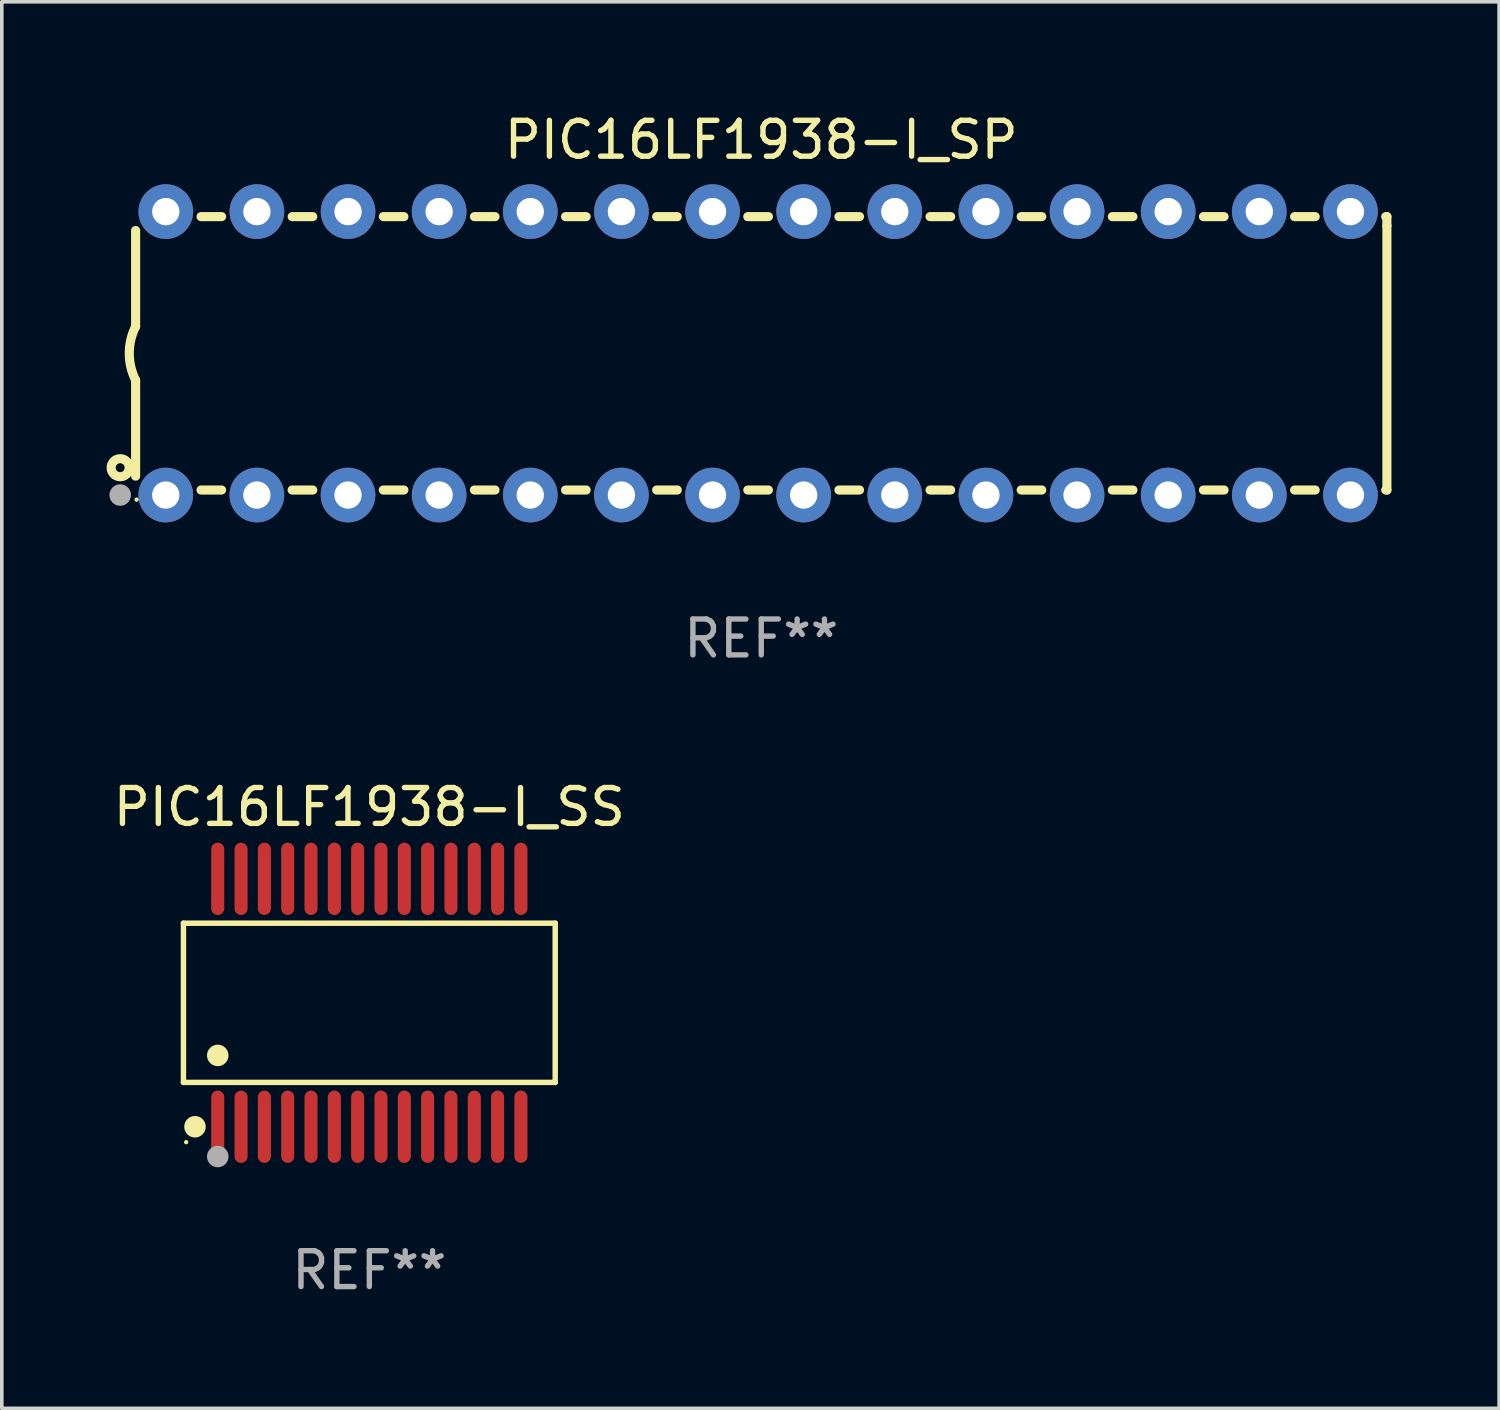
<source format=kicad_pcb>
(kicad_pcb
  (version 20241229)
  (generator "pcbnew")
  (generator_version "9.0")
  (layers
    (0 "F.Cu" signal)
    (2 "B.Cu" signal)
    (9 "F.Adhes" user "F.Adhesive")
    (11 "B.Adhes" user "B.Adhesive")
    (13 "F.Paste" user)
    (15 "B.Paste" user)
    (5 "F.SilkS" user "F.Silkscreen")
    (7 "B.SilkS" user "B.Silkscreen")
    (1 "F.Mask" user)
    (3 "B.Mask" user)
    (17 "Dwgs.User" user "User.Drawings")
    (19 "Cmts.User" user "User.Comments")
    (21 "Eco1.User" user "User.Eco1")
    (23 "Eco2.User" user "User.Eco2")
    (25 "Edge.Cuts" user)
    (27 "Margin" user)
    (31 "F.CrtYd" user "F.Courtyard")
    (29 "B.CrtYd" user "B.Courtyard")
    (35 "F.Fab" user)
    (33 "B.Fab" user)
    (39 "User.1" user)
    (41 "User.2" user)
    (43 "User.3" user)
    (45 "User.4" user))
  (footprint "PIC16LF1938-I_SS"
    (layer "F.Cu")
    (at 7.244 24.9)
    (property "Reference" "PIC16LF1938-I_SS" (at 0 -5.455 0) (layer "F.SilkS") (effects (font (size 1 1) (thickness 0.15))))
    (attr through_hole)
    (fp_line (start -5.181 -2.219) (end 5.181 -2.219) (stroke (width 0.152) (type solid)) (layer "F.SilkS"))
    (fp_line (start -5.181 2.219) (end -5.181 -2.219) (stroke (width 0.152) (type solid)) (layer "F.SilkS"))
    (fp_line (start 5.181 -2.219) (end 5.181 2.219) (stroke (width 0.152) (type solid)) (layer "F.SilkS"))
    (fp_line (start 5.181 2.219) (end -5.181 2.219) (stroke (width 0.152) (type solid)) (layer "F.SilkS"))
    (fp_circle (center -5.105 3.885) (end -5.075 3.885) (stroke (width 0.06) (type solid)) (fill no) (layer "F.SilkS"))
    (fp_circle (center -4.859 3.455) (end -4.709 3.455) (stroke (width 0.3) (type solid)) (fill no) (layer "F.SilkS"))
    (fp_circle (center -4.225 1.467) (end -4.075 1.467) (stroke (width 0.3) (type solid)) (fill no) (layer "F.SilkS"))
    (fp_circle (center -4.225 4.285) (end -4.075 4.285) (stroke (width 0.3) (type solid)) (fill no) (layer "F.Fab"))
    (fp_text user "REF**" (at 0 7.455 0) (layer "F.Fab") (effects (font (size 1 1) (thickness 0.15))))
    (pad "1" smd oval (at -4.225 3.455) (size 0.364 2.015) (layers "F.Cu" "F.Mask" "F.Paste"))
    (pad "2" smd oval (at -3.575 3.455) (size 0.364 2.015) (layers "F.Cu" "F.Mask" "F.Paste"))
    (pad "3" smd oval (at -2.925 3.455) (size 0.364 2.015) (layers "F.Cu" "F.Mask" "F.Paste"))
    (pad "4" smd oval (at -2.275 3.455) (size 0.364 2.015) (layers "F.Cu" "F.Mask" "F.Paste"))
    (pad "5" smd oval (at -1.625 3.455) (size 0.364 2.015) (layers "F.Cu" "F.Mask" "F.Paste"))
    (pad "6" smd oval (at -0.975 3.455) (size 0.364 2.015) (layers "F.Cu" "F.Mask" "F.Paste"))
    (pad "7" smd oval (at -0.325 3.455) (size 0.364 2.015) (layers "F.Cu" "F.Mask" "F.Paste"))
    (pad "8" smd oval (at 0.325 3.455) (size 0.364 2.015) (layers "F.Cu" "F.Mask" "F.Paste"))
    (pad "9" smd oval (at 0.975 3.455) (size 0.364 2.015) (layers "F.Cu" "F.Mask" "F.Paste"))
    (pad "10" smd oval (at 1.625 3.455) (size 0.364 2.015) (layers "F.Cu" "F.Mask" "F.Paste"))
    (pad "11" smd oval (at 2.275 3.455) (size 0.364 2.015) (layers "F.Cu" "F.Mask" "F.Paste"))
    (pad "12" smd oval (at 2.925 3.455) (size 0.364 2.015) (layers "F.Cu" "F.Mask" "F.Paste"))
    (pad "13" smd oval (at 3.575 3.455) (size 0.364 2.015) (layers "F.Cu" "F.Mask" "F.Paste"))
    (pad "14" smd oval (at 4.225 3.455) (size 0.364 2.015) (layers "F.Cu" "F.Mask" "F.Paste"))
    (pad "15" smd oval (at 4.225 -3.455) (size 0.364 2.015) (layers "F.Cu" "F.Mask" "F.Paste"))
    (pad "16" smd oval (at 3.575 -3.455) (size 0.364 2.015) (layers "F.Cu" "F.Mask" "F.Paste"))
    (pad "17" smd oval (at 2.925 -3.455) (size 0.364 2.015) (layers "F.Cu" "F.Mask" "F.Paste"))
    (pad "18" smd oval (at 2.275 -3.455) (size 0.364 2.015) (layers "F.Cu" "F.Mask" "F.Paste"))
    (pad "19" smd oval (at 1.625 -3.455) (size 0.364 2.015) (layers "F.Cu" "F.Mask" "F.Paste"))
    (pad "20" smd oval (at 0.975 -3.455) (size 0.364 2.015) (layers "F.Cu" "F.Mask" "F.Paste"))
    (pad "21" smd oval (at 0.325 -3.455) (size 0.364 2.015) (layers "F.Cu" "F.Mask" "F.Paste"))
    (pad "22" smd oval (at -0.325 -3.455) (size 0.364 2.015) (layers "F.Cu" "F.Mask" "F.Paste"))
    (pad "23" smd oval (at -0.975 -3.455) (size 0.364 2.015) (layers "F.Cu" "F.Mask" "F.Paste"))
    (pad "24" smd oval (at -1.625 -3.455) (size 0.364 2.015) (layers "F.Cu" "F.Mask" "F.Paste"))
    (pad "25" smd oval (at -2.275 -3.455) (size 0.364 2.015) (layers "F.Cu" "F.Mask" "F.Paste"))
    (pad "26" smd oval (at -2.925 -3.455) (size 0.364 2.015) (layers "F.Cu" "F.Mask" "F.Paste"))
    (pad "27" smd oval (at -3.575 -3.455) (size 0.364 2.015) (layers "F.Cu" "F.Mask" "F.Paste"))
    (pad "28" smd oval (at -4.225 -3.455) (size 0.364 2.015) (layers "F.Cu" "F.Mask" "F.Paste")))
  (footprint "PIC16LF1938-I_SP"
    (layer "F.Cu")
    (at 18.168 6.798)
    (property "Reference" "PIC16LF1938-I_SP" (at 0 -5.95 0) (layer "F.SilkS") (effects (font (size 1 1) (thickness 0.15))))
    (attr through_hole)
    (fp_line (start -17.438 0.75) (end -17.438 3.423) (stroke (width 0.254) (type solid)) (layer "F.SilkS"))
    (fp_line (start -17.438 -3.423) (end -17.438 -0.75) (stroke (width 0.254) (type solid)) (layer "F.SilkS"))
    (fp_line (start -15.615 3.81) (end -15.041 3.81) (stroke (width 0.254) (type solid)) (layer "F.SilkS"))
    (fp_line (start -15.041 -3.81) (end -15.614 -3.81) (stroke (width 0.254) (type solid)) (layer "F.SilkS"))
    (fp_line (start -13.075 3.81) (end -12.501 3.81) (stroke (width 0.254) (type solid)) (layer "F.SilkS"))
    (fp_line (start -12.501 -3.81) (end -13.074 -3.81) (stroke (width 0.254) (type solid)) (layer "F.SilkS"))
    (fp_line (start -10.535 3.81) (end -9.961 3.81) (stroke (width 0.254) (type solid)) (layer "F.SilkS"))
    (fp_line (start -9.961 -3.81) (end -10.534 -3.81) (stroke (width 0.254) (type solid)) (layer "F.SilkS"))
    (fp_line (start -7.995 3.81) (end -7.421 3.81) (stroke (width 0.254) (type solid)) (layer "F.SilkS"))
    (fp_line (start -7.421 -3.81) (end -7.995 -3.81) (stroke (width 0.254) (type solid)) (layer "F.SilkS"))
    (fp_line (start -5.455 3.81) (end -4.881 3.81) (stroke (width 0.254) (type solid)) (layer "F.SilkS"))
    (fp_line (start -4.881 -3.81) (end -5.455 -3.81) (stroke (width 0.254) (type solid)) (layer "F.SilkS"))
    (fp_line (start -2.915 3.81) (end -2.341 3.81) (stroke (width 0.254) (type solid)) (layer "F.SilkS"))
    (fp_line (start -2.341 -3.81) (end -2.915 -3.81) (stroke (width 0.254) (type solid)) (layer "F.SilkS"))
    (fp_line (start -0.375 3.81) (end 0.199 3.81) (stroke (width 0.254) (type solid)) (layer "F.SilkS"))
    (fp_line (start 0.199 -3.81) (end -0.375 -3.81) (stroke (width 0.254) (type solid)) (layer "F.SilkS"))
    (fp_line (start 2.165 3.81) (end 2.739 3.81) (stroke (width 0.254) (type solid)) (layer "F.SilkS"))
    (fp_line (start 2.739 -3.81) (end 2.165 -3.81) (stroke (width 0.254) (type solid)) (layer "F.SilkS"))
    (fp_line (start 4.705 3.81) (end 5.279 3.81) (stroke (width 0.254) (type solid)) (layer "F.SilkS"))
    (fp_line (start 5.279 -3.81) (end 4.705 -3.81) (stroke (width 0.254) (type solid)) (layer "F.SilkS"))
    (fp_line (start 7.245 3.81) (end 7.819 3.81) (stroke (width 0.254) (type solid)) (layer "F.SilkS"))
    (fp_line (start 7.819 -3.81) (end 7.245 -3.81) (stroke (width 0.254) (type solid)) (layer "F.SilkS"))
    (fp_line (start 9.785 3.81) (end 10.359 3.81) (stroke (width 0.254) (type solid)) (layer "F.SilkS"))
    (fp_line (start 10.359 -3.81) (end 9.785 -3.81) (stroke (width 0.254) (type solid)) (layer "F.SilkS"))
    (fp_line (start 12.325 3.81) (end 12.899 3.81) (stroke (width 0.254) (type solid)) (layer "F.SilkS"))
    (fp_line (start 12.899 -3.81) (end 12.325 -3.81) (stroke (width 0.254) (type solid)) (layer "F.SilkS"))
    (fp_line (start 14.865 3.81) (end 15.439 3.81) (stroke (width 0.254) (type solid)) (layer "F.SilkS"))
    (fp_line (start 15.439 -3.81) (end 14.865 -3.81) (stroke (width 0.254) (type solid)) (layer "F.SilkS"))
    (fp_line (start 17.405 3.81) (end 17.438 3.81) (stroke (width 0.254) (type solid)) (layer "F.SilkS"))
    (fp_line (start 17.438 -3.81) (end 17.405 -3.81) (stroke (width 0.254) (type solid)) (layer "F.SilkS"))
    (fp_line (start 17.438 -3.556) (end 17.438 -3.81) (stroke (width 0.254) (type solid)) (layer "F.SilkS"))
    (fp_line (start 17.438 3.81) (end 17.438 -3.556) (stroke (width 0.254) (type solid)) (layer "F.SilkS"))
    (fp_arc (start -17.437986 0.749657) (mid -17.614887 -0.000024) (end -17.437783 -0.749657) (stroke (width 0.254001) (type solid)) (layer "F.SilkS"))
    (fp_circle (center -17.868 3.188) (end -17.743 3.188) (stroke (width 0.254) (type solid)) (fill no) (layer "F.SilkS"))
    (fp_circle (center -17.411 4.077) (end -17.381 4.077) (stroke (width 0.06) (type solid)) (fill no) (layer "F.SilkS"))
    (fp_circle (center -17.868 3.95) (end -17.718 3.95) (stroke (width 0.3) (type solid)) (fill no) (layer "F.Fab"))
    (fp_text user "REF**" (at 0 7.95 0) (layer "F.Fab") (effects (font (size 1 1) (thickness 0.15))))
    (pad "1" thru_hole circle (at -16.598 3.95) (size 1.524 1.524) (drill 0.762) (layers "*.Cu" "*.Mask"))
    (pad "2" thru_hole circle (at -14.058 3.95) (size 1.524 1.524) (drill 0.762) (layers "*.Cu" "*.Mask"))
    (pad "3" thru_hole circle (at -11.518 3.95) (size 1.524 1.524) (drill 0.762) (layers "*.Cu" "*.Mask"))
    (pad "4" thru_hole circle (at -8.978 3.95) (size 1.524 1.524) (drill 0.762) (layers "*.Cu" "*.Mask"))
    (pad "5" thru_hole circle (at -6.438 3.95) (size 1.524 1.524) (drill 0.762) (layers "*.Cu" "*.Mask"))
    (pad "6" thru_hole circle (at -3.898 3.95) (size 1.524 1.524) (drill 0.762) (layers "*.Cu" "*.Mask"))
    (pad "7" thru_hole circle (at -1.358 3.95) (size 1.524 1.524) (drill 0.762) (layers "*.Cu" "*.Mask"))
    (pad "8" thru_hole circle (at 1.182 3.95) (size 1.524 1.524) (drill 0.762) (layers "*.Cu" "*.Mask"))
    (pad "9" thru_hole circle (at 3.722 3.95) (size 1.524 1.524) (drill 0.762) (layers "*.Cu" "*.Mask"))
    (pad "10" thru_hole circle (at 6.262 3.95) (size 1.524 1.524) (drill 0.762) (layers "*.Cu" "*.Mask"))
    (pad "11" thru_hole circle (at 8.802 3.95) (size 1.524 1.524) (drill 0.762) (layers "*.Cu" "*.Mask"))
    (pad "12" thru_hole circle (at 11.342 3.95) (size 1.524 1.524) (drill 0.762) (layers "*.Cu" "*.Mask"))
    (pad "13" thru_hole circle (at 13.882 3.95) (size 1.524 1.524) (drill 0.762) (layers "*.Cu" "*.Mask"))
    (pad "14" thru_hole circle (at 16.422 3.95) (size 1.524 1.524) (drill 0.762) (layers "*.Cu" "*.Mask"))
    (pad "15" thru_hole circle (at 16.422 -3.95) (size 1.524 1.524) (drill 0.762) (layers "*.Cu" "*.Mask"))
    (pad "16" thru_hole circle (at 13.882 -3.95) (size 1.524 1.524) (drill 0.762) (layers "*.Cu" "*.Mask"))
    (pad "17" thru_hole circle (at 11.342 -3.95) (size 1.524 1.524) (drill 0.762) (layers "*.Cu" "*.Mask"))
    (pad "18" thru_hole circle (at 8.802 -3.95) (size 1.524 1.524) (drill 0.762) (layers "*.Cu" "*.Mask"))
    (pad "19" thru_hole circle (at 6.262 -3.95) (size 1.524 1.524) (drill 0.762) (layers "*.Cu" "*.Mask"))
    (pad "20" thru_hole circle (at 3.722 -3.95) (size 1.524 1.524) (drill 0.762) (layers "*.Cu" "*.Mask"))
    (pad "21" thru_hole circle (at 1.182 -3.95) (size 1.524 1.524) (drill 0.762) (layers "*.Cu" "*.Mask"))
    (pad "22" thru_hole circle (at -1.358 -3.95) (size 1.524 1.524) (drill 0.762) (layers "*.Cu" "*.Mask"))
    (pad "23" thru_hole circle (at -3.898 -3.95) (size 1.524 1.524) (drill 0.762) (layers "*.Cu" "*.Mask"))
    (pad "24" thru_hole circle (at -6.438 -3.95) (size 1.524 1.524) (drill 0.762) (layers "*.Cu" "*.Mask"))
    (pad "25" thru_hole circle (at -8.978 -3.95) (size 1.524 1.524) (drill 0.762) (layers "*.Cu" "*.Mask"))
    (pad "26" thru_hole circle (at -11.517 -3.95) (size 1.524 1.524) (drill 0.762) (layers "*.Cu" "*.Mask"))
    (pad "27" thru_hole circle (at -14.057 -3.95) (size 1.524 1.524) (drill 0.762) (layers "*.Cu" "*.Mask"))
    (pad "28" thru_hole circle (at -16.597 -3.95) (size 1.524 1.524) (drill 0.762) (layers "*.Cu" "*.Mask")))
  (gr_rect
    (start -3 -3)
    (end 38.733 36.203)
    (stroke (width 0.1) (type default))
    (fill no)
    (layer "Edge.Cuts")))
</source>
